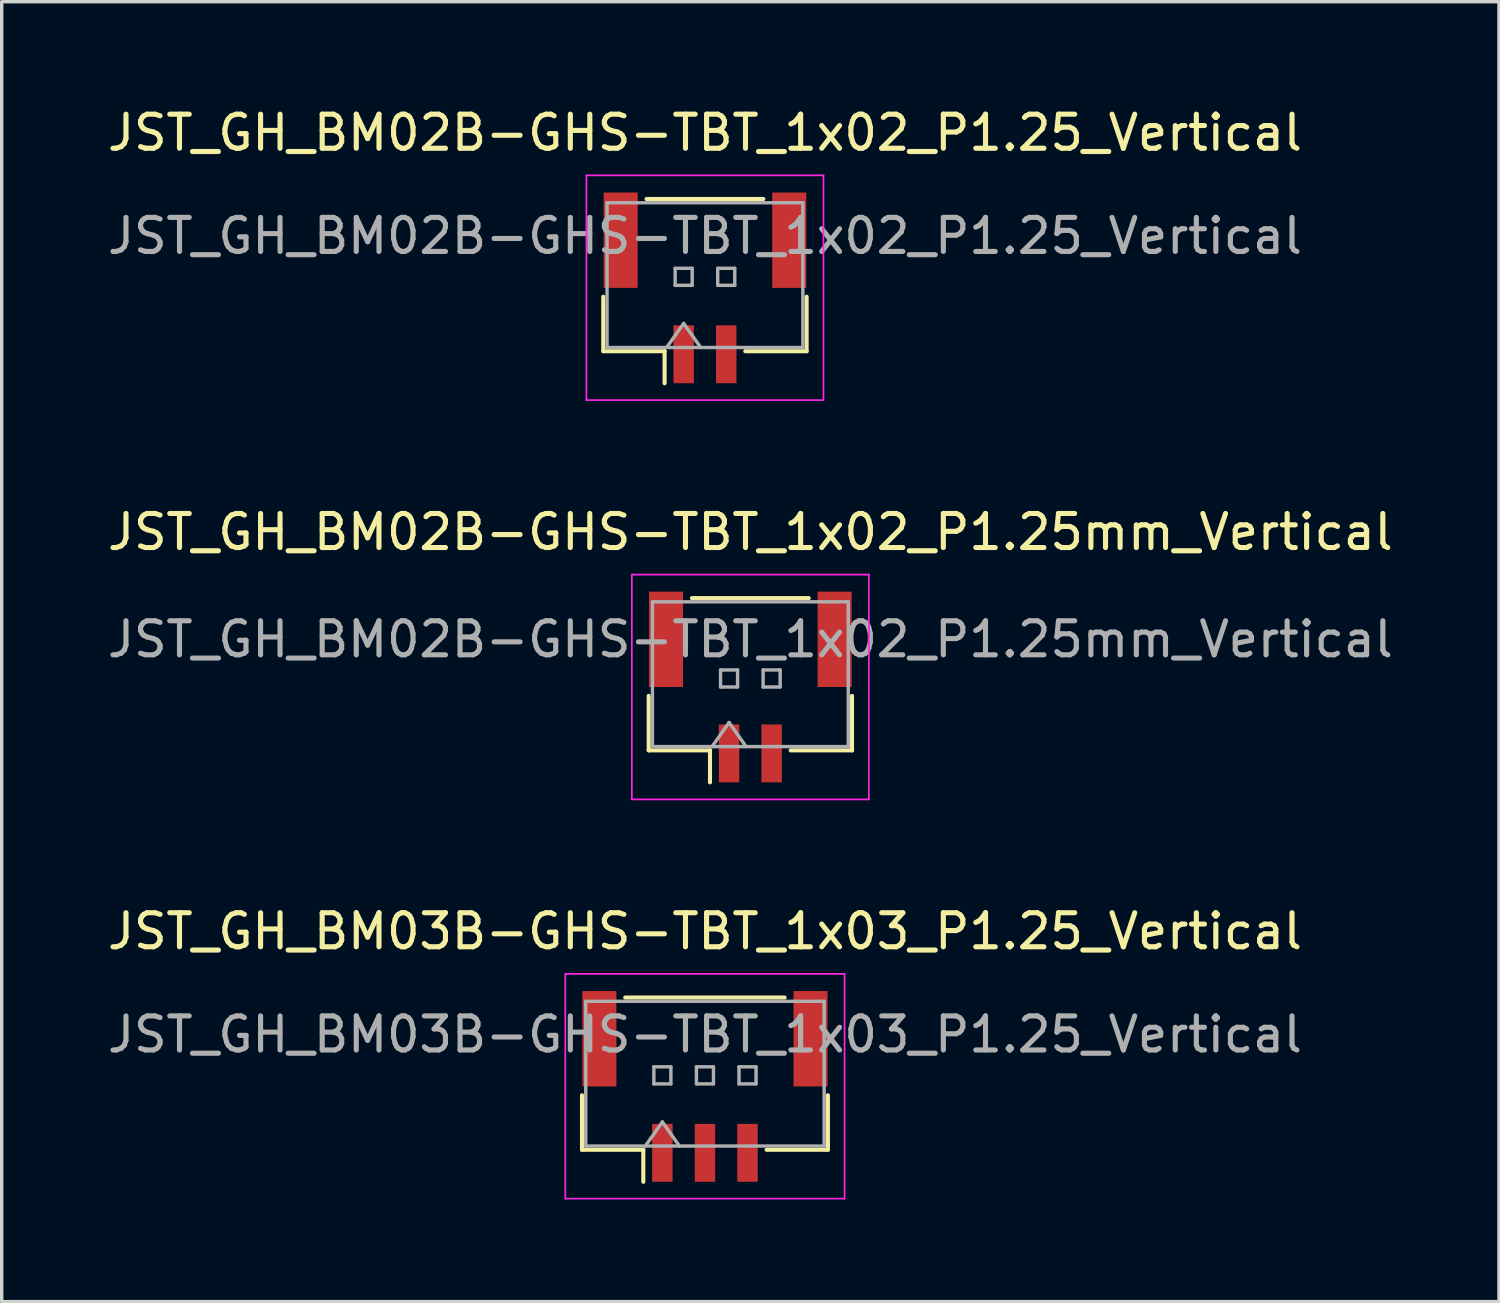
<source format=kicad_pcb>
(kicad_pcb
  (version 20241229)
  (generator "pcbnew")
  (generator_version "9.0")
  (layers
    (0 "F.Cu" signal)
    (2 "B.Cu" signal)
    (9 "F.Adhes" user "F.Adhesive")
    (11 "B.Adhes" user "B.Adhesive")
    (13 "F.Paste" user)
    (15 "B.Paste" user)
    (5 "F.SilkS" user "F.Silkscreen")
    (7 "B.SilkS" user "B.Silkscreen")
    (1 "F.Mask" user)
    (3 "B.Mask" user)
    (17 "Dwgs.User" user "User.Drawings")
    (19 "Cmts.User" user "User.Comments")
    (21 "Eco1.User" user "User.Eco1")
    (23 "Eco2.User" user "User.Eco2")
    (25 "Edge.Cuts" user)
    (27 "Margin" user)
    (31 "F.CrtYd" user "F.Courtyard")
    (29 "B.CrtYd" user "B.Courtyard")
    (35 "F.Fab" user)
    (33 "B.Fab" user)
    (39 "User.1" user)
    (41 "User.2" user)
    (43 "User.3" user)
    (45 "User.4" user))
  (footprint "JST_GH_BM03B-GHS-TBT_1x03_P1.25_Vertical"
    (layer "F.Cu")
    (at 17.649 29.125)
    (property "Reference" "JST_GH_BM03B-GHS-TBT_1x03_P1.25_Vertical" (at 0 -4.83 0) (layer "F.SilkS") (effects (font (size 1 1) (thickness 0.15))))
    (attr smd)
    (fp_line (start -3.61 -0.015) (end -3.61 1.585) (stroke (width 0.12) (type solid)) (layer "F.SilkS"))
    (fp_line (start -3.61 1.585) (end -1.81 1.585) (stroke (width 0.12) (type solid)) (layer "F.SilkS"))
    (fp_line (start -2.34 -2.885) (end 2.34 -2.885) (stroke (width 0.12) (type solid)) (layer "F.SilkS"))
    (fp_line (start -1.81 1.585) (end -1.81 2.525) (stroke (width 0.12) (type solid)) (layer "F.SilkS"))
    (fp_line (start 3.61 -0.015) (end 3.61 1.585) (stroke (width 0.12) (type solid)) (layer "F.SilkS"))
    (fp_line (start 3.61 1.585) (end 1.81 1.585) (stroke (width 0.12) (type solid)) (layer "F.SilkS"))
    (fp_line (start -4.1 -3.58) (end -4.1 3.02) (stroke (width 0.05) (type solid)) (layer "F.CrtYd"))
    (fp_line (start -4.1 3.02) (end 4.1 3.02) (stroke (width 0.05) (type solid)) (layer "F.CrtYd"))
    (fp_line (start 4.1 -3.58) (end -4.1 -3.58) (stroke (width 0.05) (type solid)) (layer "F.CrtYd"))
    (fp_line (start 4.1 3.02) (end 4.1 -3.58) (stroke (width 0.05) (type solid)) (layer "F.CrtYd"))
    (fp_line (start -3.5 -2.775) (end -3.5 1.475) (stroke (width 0.1) (type solid)) (layer "F.Fab"))
    (fp_line (start -3.5 1.475) (end 3.5 1.475) (stroke (width 0.1) (type solid)) (layer "F.Fab"))
    (fp_line (start -1.75 1.475) (end -1.25 0.768) (stroke (width 0.1) (type solid)) (layer "F.Fab"))
    (fp_line (start -1.5 -0.85) (end -1.5 -0.35) (stroke (width 0.1) (type solid)) (layer "F.Fab"))
    (fp_line (start -1.5 -0.35) (end -1 -0.35) (stroke (width 0.1) (type solid)) (layer "F.Fab"))
    (fp_line (start -1.25 0.768) (end -0.75 1.475) (stroke (width 0.1) (type solid)) (layer "F.Fab"))
    (fp_line (start -1 -0.85) (end -1.5 -0.85) (stroke (width 0.1) (type solid)) (layer "F.Fab"))
    (fp_line (start -1 -0.35) (end -1 -0.85) (stroke (width 0.1) (type solid)) (layer "F.Fab"))
    (fp_line (start -0.25 -0.85) (end -0.25 -0.35) (stroke (width 0.1) (type solid)) (layer "F.Fab"))
    (fp_line (start -0.25 -0.35) (end 0.25 -0.35) (stroke (width 0.1) (type solid)) (layer "F.Fab"))
    (fp_line (start 0.25 -0.85) (end -0.25 -0.85) (stroke (width 0.1) (type solid)) (layer "F.Fab"))
    (fp_line (start 0.25 -0.35) (end 0.25 -0.85) (stroke (width 0.1) (type solid)) (layer "F.Fab"))
    (fp_line (start 1 -0.85) (end 1 -0.35) (stroke (width 0.1) (type solid)) (layer "F.Fab"))
    (fp_line (start 1 -0.35) (end 1.5 -0.35) (stroke (width 0.1) (type solid)) (layer "F.Fab"))
    (fp_line (start 1.5 -0.85) (end 1 -0.85) (stroke (width 0.1) (type solid)) (layer "F.Fab"))
    (fp_line (start 1.5 -0.35) (end 1.5 -0.85) (stroke (width 0.1) (type solid)) (layer "F.Fab"))
    (fp_line (start 3.5 -2.775) (end -3.5 -2.775) (stroke (width 0.1) (type solid)) (layer "F.Fab"))
    (fp_line (start 3.5 1.475) (end 3.5 -2.775) (stroke (width 0.1) (type solid)) (layer "F.Fab"))
    (fp_text user "${REFERENCE}" (at 0 -1.8 0) (layer "F.Fab") (effects (font (size 1 1) (thickness 0.15))))
    (pad "" smd rect (at -3.1 -1.675) (size 1 2.8) (layers "F.Cu" "F.Mask" "F.Paste"))
    (pad "" smd rect (at 3.1 -1.675) (size 1 2.8) (layers "F.Cu" "F.Mask" "F.Paste"))
    (pad "1" smd rect (at -1.25 1.675) (size 0.6 1.7) (layers "F.Cu" "F.Mask" "F.Paste"))
    (pad "2" smd rect (at 0 1.675) (size 0.6 1.7) (layers "F.Cu" "F.Mask" "F.Paste"))
    (pad "3" smd rect (at 1.25 1.675) (size 0.6 1.7) (layers "F.Cu" "F.Mask" "F.Paste")))
  (footprint "JST_GH_BM02B-GHS-TBT_1x02_P1.25_Vertical"
    (layer "F.Cu")
    (at 17.649 5.678)
    (property "Reference" "JST_GH_BM02B-GHS-TBT_1x02_P1.25_Vertical" (at 0 -4.83 0) (layer "F.SilkS") (effects (font (size 1 1) (thickness 0.15))))
    (attr smd)
    (fp_line (start -2.985 -0.015) (end -2.985 1.585) (stroke (width 0.12) (type solid)) (layer "F.SilkS"))
    (fp_line (start -2.985 1.585) (end -1.185 1.585) (stroke (width 0.12) (type solid)) (layer "F.SilkS"))
    (fp_line (start -1.715 -2.885) (end 1.715 -2.885) (stroke (width 0.12) (type solid)) (layer "F.SilkS"))
    (fp_line (start -1.185 1.585) (end -1.185 2.525) (stroke (width 0.12) (type solid)) (layer "F.SilkS"))
    (fp_line (start 2.985 -0.015) (end 2.985 1.585) (stroke (width 0.12) (type solid)) (layer "F.SilkS"))
    (fp_line (start 2.985 1.585) (end 1.185 1.585) (stroke (width 0.12) (type solid)) (layer "F.SilkS"))
    (fp_line (start -3.48 -3.58) (end -3.48 3.02) (stroke (width 0.05) (type solid)) (layer "F.CrtYd"))
    (fp_line (start -3.48 3.02) (end 3.48 3.02) (stroke (width 0.05) (type solid)) (layer "F.CrtYd"))
    (fp_line (start 3.48 -3.58) (end -3.48 -3.58) (stroke (width 0.05) (type solid)) (layer "F.CrtYd"))
    (fp_line (start 3.48 3.02) (end 3.48 -3.58) (stroke (width 0.05) (type solid)) (layer "F.CrtYd"))
    (fp_line (start -2.875 -2.775) (end -2.875 1.475) (stroke (width 0.1) (type solid)) (layer "F.Fab"))
    (fp_line (start -2.875 1.475) (end 2.875 1.475) (stroke (width 0.1) (type solid)) (layer "F.Fab"))
    (fp_line (start -1.125 1.475) (end -0.625 0.768) (stroke (width 0.1) (type solid)) (layer "F.Fab"))
    (fp_line (start -0.875 -0.85) (end -0.875 -0.35) (stroke (width 0.1) (type solid)) (layer "F.Fab"))
    (fp_line (start -0.875 -0.35) (end -0.375 -0.35) (stroke (width 0.1) (type solid)) (layer "F.Fab"))
    (fp_line (start -0.625 0.768) (end -0.125 1.475) (stroke (width 0.1) (type solid)) (layer "F.Fab"))
    (fp_line (start -0.375 -0.85) (end -0.875 -0.85) (stroke (width 0.1) (type solid)) (layer "F.Fab"))
    (fp_line (start -0.375 -0.35) (end -0.375 -0.85) (stroke (width 0.1) (type solid)) (layer "F.Fab"))
    (fp_line (start 0.375 -0.85) (end 0.375 -0.35) (stroke (width 0.1) (type solid)) (layer "F.Fab"))
    (fp_line (start 0.375 -0.35) (end 0.875 -0.35) (stroke (width 0.1) (type solid)) (layer "F.Fab"))
    (fp_line (start 0.875 -0.85) (end 0.375 -0.85) (stroke (width 0.1) (type solid)) (layer "F.Fab"))
    (fp_line (start 0.875 -0.35) (end 0.875 -0.85) (stroke (width 0.1) (type solid)) (layer "F.Fab"))
    (fp_line (start 2.875 -2.775) (end -2.875 -2.775) (stroke (width 0.1) (type solid)) (layer "F.Fab"))
    (fp_line (start 2.875 1.475) (end 2.875 -2.775) (stroke (width 0.1) (type solid)) (layer "F.Fab"))
    (fp_text user "${REFERENCE}" (at 0 -1.8 0) (layer "F.Fab") (effects (font (size 1 1) (thickness 0.15))))
    (pad "" smd rect (at -2.475 -1.675) (size 1 2.8) (layers "F.Cu" "F.Mask" "F.Paste"))
    (pad "" smd rect (at 2.475 -1.675) (size 1 2.8) (layers "F.Cu" "F.Mask" "F.Paste"))
    (pad "1" smd rect (at -0.625 1.675) (size 0.6 1.7) (layers "F.Cu" "F.Mask" "F.Paste"))
    (pad "2" smd rect (at 0.625 1.675) (size 0.6 1.7) (layers "F.Cu" "F.Mask" "F.Paste")))
  (footprint "JST_GH_BM02B-GHS-TBT_1x02_P1.25mm_Vertical"
    (layer "F.Cu")
    (at 18.982 17.122)
    (property "Reference" "JST_GH_BM02B-GHS-TBT_1x02_P1.25mm_Vertical" (at 0 -4.55 0) (layer "F.SilkS") (effects (font (size 1 1) (thickness 0.15))))
    (attr smd)
    (fp_line (start -2.985 0.26) (end -2.985 1.86) (stroke (width 0.12) (type solid)) (layer "F.SilkS"))
    (fp_line (start -2.985 1.86) (end -1.185 1.86) (stroke (width 0.12) (type solid)) (layer "F.SilkS"))
    (fp_line (start -1.715 -2.61) (end 1.715 -2.61) (stroke (width 0.12) (type solid)) (layer "F.SilkS"))
    (fp_line (start -1.185 1.86) (end -1.185 2.8) (stroke (width 0.12) (type solid)) (layer "F.SilkS"))
    (fp_line (start 2.985 0.26) (end 2.985 1.86) (stroke (width 0.12) (type solid)) (layer "F.SilkS"))
    (fp_line (start 2.985 1.86) (end 1.185 1.86) (stroke (width 0.12) (type solid)) (layer "F.SilkS"))
    (fp_line (start -3.48 -3.3) (end -3.48 3.3) (stroke (width 0.05) (type solid)) (layer "F.CrtYd"))
    (fp_line (start -3.48 3.3) (end 3.48 3.3) (stroke (width 0.05) (type solid)) (layer "F.CrtYd"))
    (fp_line (start 3.48 -3.3) (end -3.48 -3.3) (stroke (width 0.05) (type solid)) (layer "F.CrtYd"))
    (fp_line (start 3.48 3.3) (end 3.48 -3.3) (stroke (width 0.05) (type solid)) (layer "F.CrtYd"))
    (fp_line (start -2.875 -2.5) (end -2.875 1.75) (stroke (width 0.1) (type solid)) (layer "F.Fab"))
    (fp_line (start -2.875 1.75) (end 2.875 1.75) (stroke (width 0.1) (type solid)) (layer "F.Fab"))
    (fp_line (start -1.125 1.75) (end -0.625 1.043) (stroke (width 0.1) (type solid)) (layer "F.Fab"))
    (fp_line (start -0.875 -0.5) (end -0.875 0) (stroke (width 0.1) (type solid)) (layer "F.Fab"))
    (fp_line (start -0.875 0) (end -0.375 0) (stroke (width 0.1) (type solid)) (layer "F.Fab"))
    (fp_line (start -0.625 1.043) (end -0.125 1.75) (stroke (width 0.1) (type solid)) (layer "F.Fab"))
    (fp_line (start -0.375 -0.5) (end -0.875 -0.5) (stroke (width 0.1) (type solid)) (layer "F.Fab"))
    (fp_line (start -0.375 0) (end -0.375 -0.5) (stroke (width 0.1) (type solid)) (layer "F.Fab"))
    (fp_line (start 0.375 -0.5) (end 0.375 0) (stroke (width 0.1) (type solid)) (layer "F.Fab"))
    (fp_line (start 0.375 0) (end 0.875 0) (stroke (width 0.1) (type solid)) (layer "F.Fab"))
    (fp_line (start 0.875 -0.5) (end 0.375 -0.5) (stroke (width 0.1) (type solid)) (layer "F.Fab"))
    (fp_line (start 0.875 0) (end 0.875 -0.5) (stroke (width 0.1) (type solid)) (layer "F.Fab"))
    (fp_line (start 2.875 -2.5) (end -2.875 -2.5) (stroke (width 0.1) (type solid)) (layer "F.Fab"))
    (fp_line (start 2.875 1.75) (end 2.875 -2.5) (stroke (width 0.1) (type solid)) (layer "F.Fab"))
    (fp_text user "${REFERENCE}" (at 0 -1.4 0) (layer "F.Fab") (effects (font (size 1 1) (thickness 0.15))))
    (pad "" smd rect (at -2.475 -1.4) (size 1 2.8) (layers "F.Cu" "F.Mask" "F.Paste"))
    (pad "" smd rect (at 2.475 -1.4) (size 1 2.8) (layers "F.Cu" "F.Mask" "F.Paste"))
    (pad "1" smd rect (at -0.625 1.95) (size 0.6 1.7) (layers "F.Cu" "F.Mask" "F.Paste"))
    (pad "2" smd rect (at 0.625 1.95) (size 0.6 1.7) (layers "F.Cu" "F.Mask" "F.Paste")))
  (gr_rect
    (start -3 -3)
    (end 40.964 35.17)
    (stroke (width 0.1) (type default))
    (fill no)
    (layer "Edge.Cuts")))
</source>
